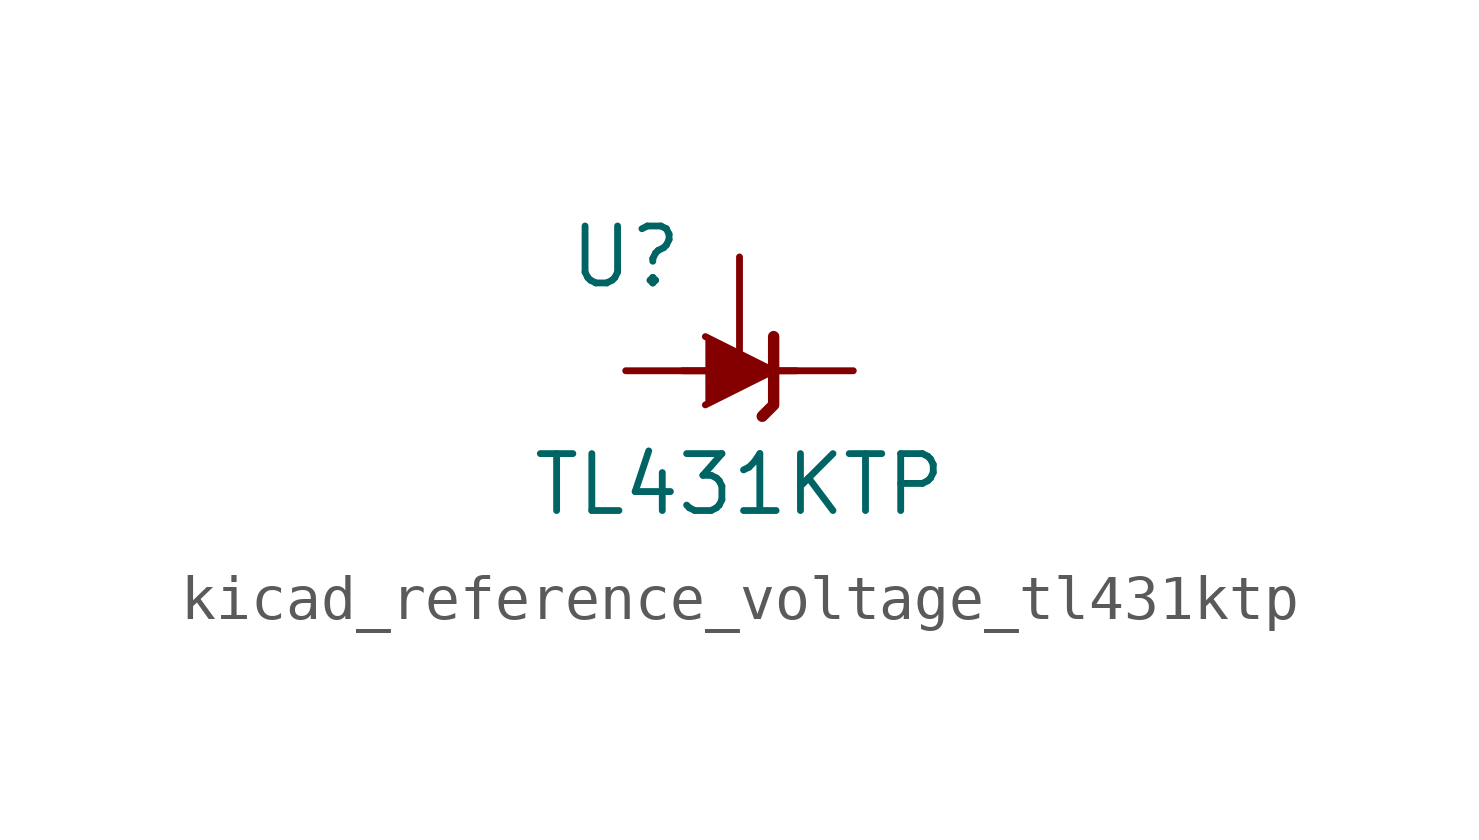
<source format=kicad_sym>
(kicad_symbol_lib
  (version 20220914)
  (generator kicad_symbol_editor)
  (symbol "kicad_reference_voltage_tl431ktp"
    (pin_numbers hide)
    (pin_names hide)
    (property "Reference" "U"
      (at -2.54 2.54 0)
      (effects (font (size 1.27 1.27))))
    (property "Value" "TL431KTP"
      (at 0 -2.54 0)
      (effects (font (size 1.27 1.27))))
    (symbol "kicad_reference_voltage_tl431ktp_0_1"
      (polyline (pts (xy -1.27 0) (xy 0 0) (xy 1.27 0)) (stroke (width 0) (type default)) (fill (type none)))
      (polyline (pts (xy -0.762 0.762) (xy 0.762 0) (xy -0.762 -0.762)) (stroke (width 0) (type default)) (fill (type outline)))
      (polyline (pts (xy 0.508 -1.016) (xy 0.762 -0.762) (xy 0.762 0.762) (xy 0.762 0.762)) (stroke (width 0.254) (type default)) (fill (type none))))
    (symbol "kicad_reference_voltage_tl431ktp_1_1"
      (pin passive line (at 0 2.54 270) (length 2.54) (name "REF" (effects (font (size 1.27 1.27)))) (number "1" (effects (font (size 1.27 1.27)))))
      (pin passive line (at -2.54 0 0) (length 2.54) (name "A" (effects (font (size 1.27 1.27)))) (number "2" (effects (font (size 1.27 1.27)))))
      (pin passive line (at 2.54 0 180) (length 2.54) (name "K" (effects (font (size 1.27 1.27)))) (number "3" (effects (font (size 1.27 1.27))))))))
</source>
